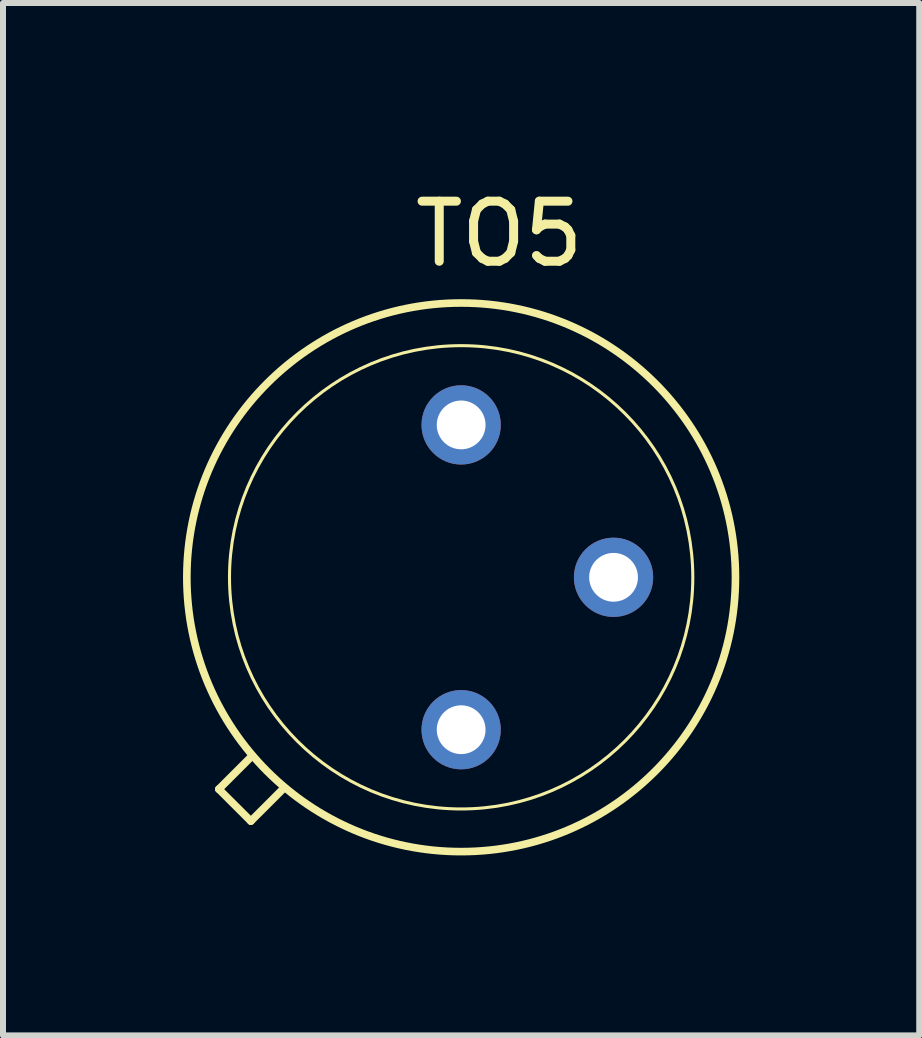
<source format=kicad_pcb>
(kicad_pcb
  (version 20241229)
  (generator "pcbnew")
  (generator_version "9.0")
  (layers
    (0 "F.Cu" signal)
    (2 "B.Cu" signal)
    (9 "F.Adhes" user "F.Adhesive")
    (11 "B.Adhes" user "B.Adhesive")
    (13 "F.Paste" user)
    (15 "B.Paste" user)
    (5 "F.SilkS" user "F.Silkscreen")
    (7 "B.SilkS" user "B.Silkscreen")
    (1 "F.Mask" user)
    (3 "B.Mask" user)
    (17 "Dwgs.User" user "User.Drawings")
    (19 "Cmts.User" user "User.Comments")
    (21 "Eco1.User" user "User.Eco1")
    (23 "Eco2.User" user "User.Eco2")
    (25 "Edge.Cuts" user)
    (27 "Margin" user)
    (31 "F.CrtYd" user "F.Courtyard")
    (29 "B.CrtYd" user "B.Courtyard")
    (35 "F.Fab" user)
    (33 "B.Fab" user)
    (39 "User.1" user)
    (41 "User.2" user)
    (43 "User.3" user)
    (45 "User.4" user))
  (footprint "TO5"
    (layer "F.Cu")
    (at 4.636 6.572)
    (property "Reference" "TO5" (at 0.636 -5.723 0) (layer "F.SilkS") (effects (font (size 1.001 1.001) (thickness 0.15))))
    (attr through_hole)
    (fp_line (start -4.039 3.531) (end -3.505 2.997) (stroke (width 0.127) (type solid)) (layer "F.SilkS"))
    (fp_line (start -3.505 4.064) (end -4.039 3.531) (stroke (width 0.127) (type solid)) (layer "F.SilkS"))
    (fp_line (start -2.972 3.531) (end -3.505 4.064) (stroke (width 0.127) (type solid)) (layer "F.SilkS"))
    (fp_circle (center 0 0) (end 3.861 0) (stroke (width 0.051) (type solid)) (fill no) (layer "F.SilkS"))
    (fp_circle (center 0 0) (end 4.572 0) (stroke (width 0.127) (type solid)) (fill no) (layer "F.SilkS"))
    (pad "1" thru_hole circle (at 0 2.54) (size 1.321 1.321) (drill 0.813) (layers "*.Cu" "*.Mask"))
    (pad "2" thru_hole circle (at 2.54 0) (size 1.321 1.321) (drill 0.813) (layers "*.Cu" "*.Mask"))
    (pad "3" thru_hole circle (at 0 -2.54) (size 1.321 1.321) (drill 0.813) (layers "*.Cu" "*.Mask")))
  (gr_rect
    (start -3 -3)
    (end 12.271 14.207)
    (stroke (width 0.1) (type default))
    (fill no)
    (layer "Edge.Cuts")))
</source>
